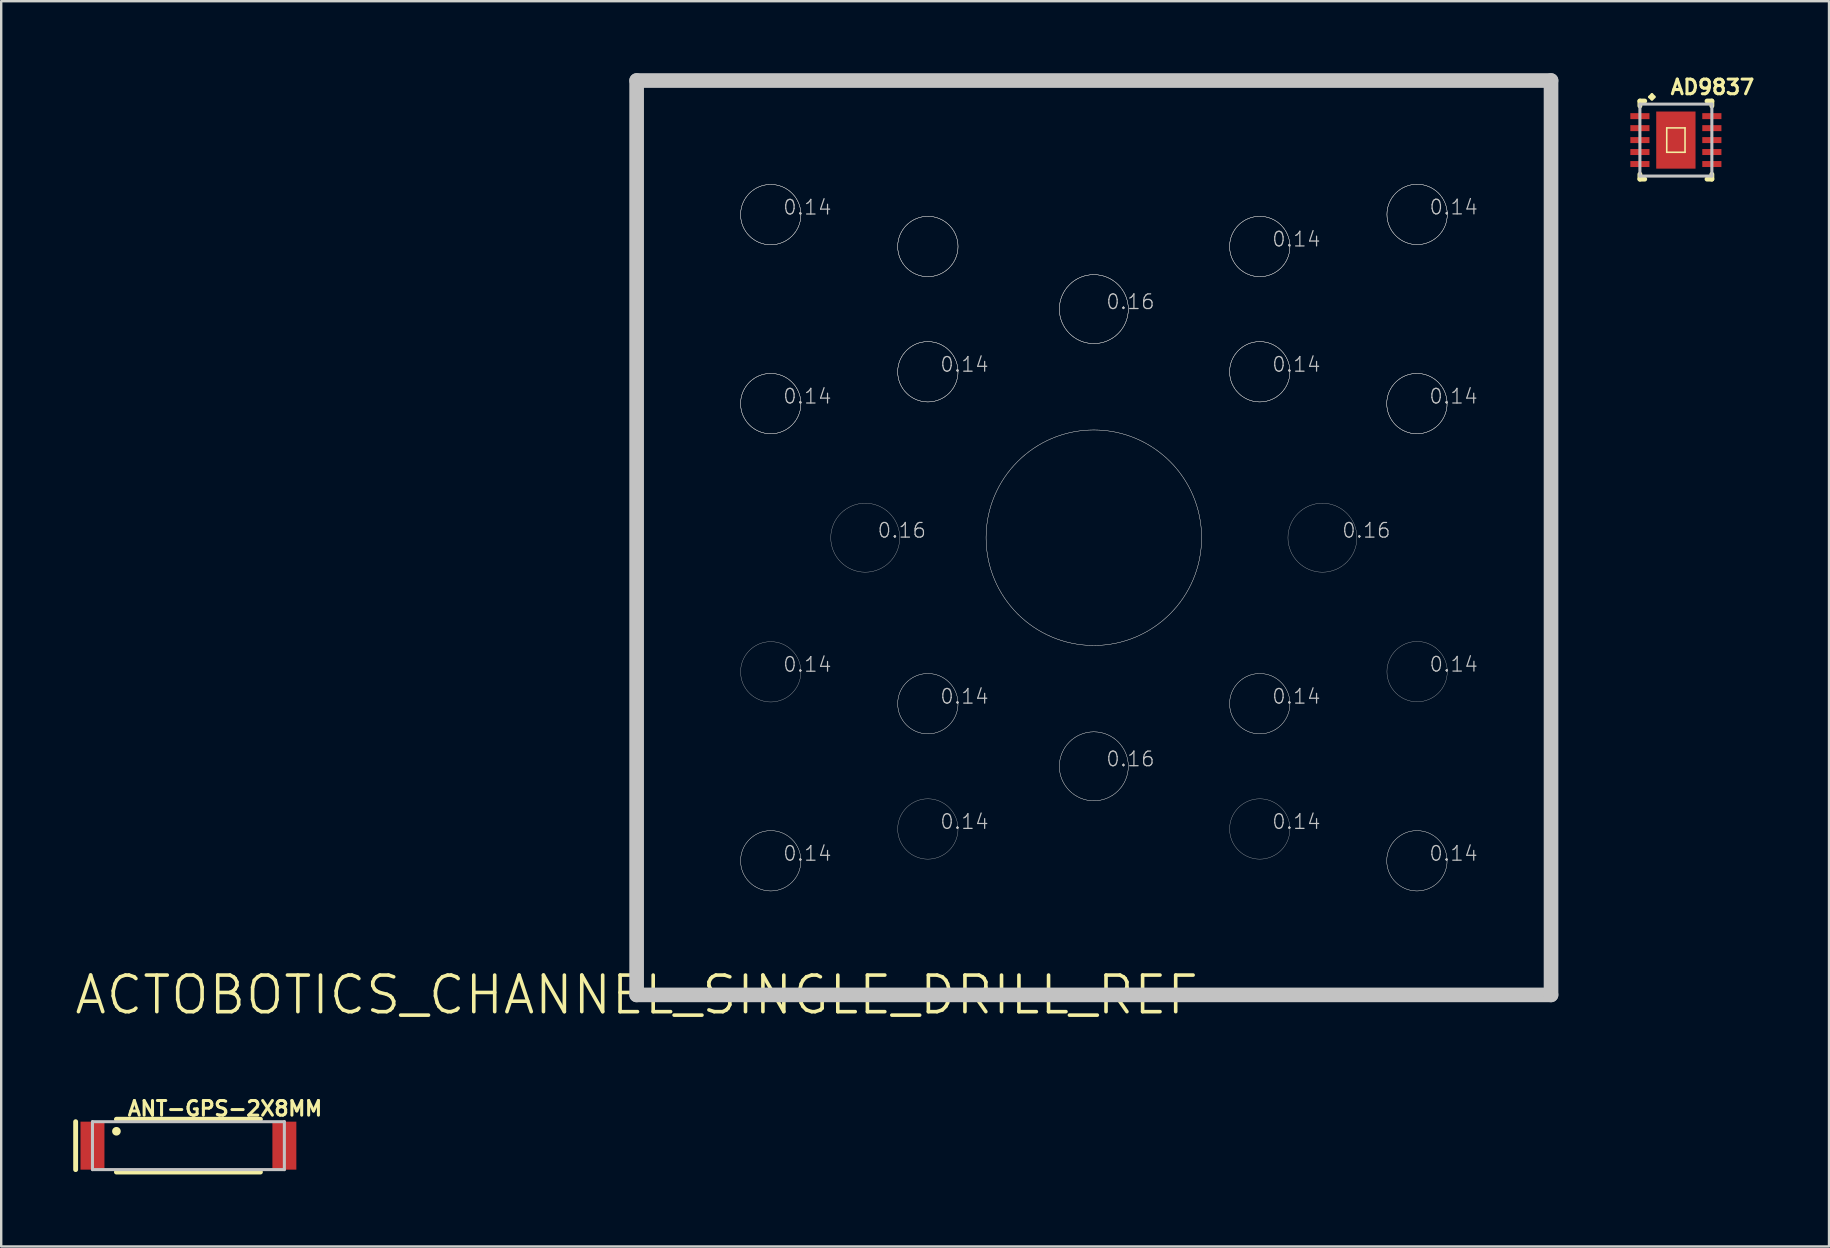
<source format=kicad_pcb>
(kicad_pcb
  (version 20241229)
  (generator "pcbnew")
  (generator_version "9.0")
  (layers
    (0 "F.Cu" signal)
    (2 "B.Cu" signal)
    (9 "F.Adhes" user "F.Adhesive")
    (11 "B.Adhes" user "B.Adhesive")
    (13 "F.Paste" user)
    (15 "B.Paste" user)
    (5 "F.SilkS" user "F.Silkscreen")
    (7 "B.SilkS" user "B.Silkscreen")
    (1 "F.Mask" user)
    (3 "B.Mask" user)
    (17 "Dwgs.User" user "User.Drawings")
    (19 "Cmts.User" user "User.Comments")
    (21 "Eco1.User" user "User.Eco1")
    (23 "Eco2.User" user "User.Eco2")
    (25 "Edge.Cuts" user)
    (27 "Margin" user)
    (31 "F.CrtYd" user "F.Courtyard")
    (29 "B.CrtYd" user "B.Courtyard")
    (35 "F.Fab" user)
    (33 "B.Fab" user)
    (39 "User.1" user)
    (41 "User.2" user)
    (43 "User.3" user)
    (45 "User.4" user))
  (footprint "ANT-GPS-2X8MM"
    (layer "F.Cu")
    (at 4.801 44.686)
    (property "Reference" "ANT-GPS-2X8MM" (at 1.524 -1.547 0) (layer "F.SilkS") (effects (font (size 0.61 0.61) (thickness 0.127))))
    (attr smd)
    (fp_line (start -4.699 -0.998) (end -4.699 0.998) (stroke (width 0.203) (type solid)) (layer "F.SilkS"))
    (fp_line (start -3 -1.1) (end 3 -1.1) (stroke (width 0.203) (type solid)) (layer "F.SilkS"))
    (fp_line (start 3 1.1) (end -3 1.1) (stroke (width 0.203) (type solid)) (layer "F.SilkS"))
    (fp_circle (center -3 -0.599) (end -3.127 -0.726) (stroke (width 0) (type solid)) (fill yes) (layer "F.SilkS"))
    (fp_line (start -3.998 -0.998) (end -3.998 0.998) (stroke (width 0.127) (type solid)) (layer "Dwgs.User"))
    (fp_line (start -3.998 0.998) (end 3.998 0.998) (stroke (width 0.127) (type solid)) (layer "Dwgs.User"))
    (fp_line (start 3.998 -0.998) (end -3.998 -0.998) (stroke (width 0.127) (type solid)) (layer "Dwgs.User"))
    (fp_line (start 3.998 0.998) (end 3.998 -0.998) (stroke (width 0.127) (type solid)) (layer "Dwgs.User"))
    (pad "NC" smd rect (at 3.998 0) (size 0.998 1.999) (layers "F.Cu" "F.Mask" "F.Paste"))
    (pad "SIG" smd rect (at -3.998 0) (size 0.998 1.999) (layers "F.Cu" "F.Mask" "F.Paste")))
  (footprint "ACTOBOTICS_CHANNEL_SINGLE_DRILL_REF"
    (layer "F.Cu")
    (at 23.477 38.405)
    (property "Reference" "ACTOBOTICS_CHANNEL_SINGLE_DRILL_REF" (at 0 0 0) (layer "F.SilkS") (effects (font (size 1.524 1.524) (thickness 0.15))))
    (attr exclude_from_pos_files exclude_from_bom)
    (fp_line (start 0 -38.1) (end 0 0) (stroke (width 0.61) (type solid)) (layer "Dwgs.User"))
    (fp_line (start 0 0) (end 38.1 0) (stroke (width 0.61) (type solid)) (layer "Dwgs.User"))
    (fp_line (start 38.1 -38.1) (end 0 -38.1) (stroke (width 0.61) (type solid)) (layer "Dwgs.User"))
    (fp_line (start 38.1 0) (end 38.1 -38.1) (stroke (width 0.61) (type solid)) (layer "Dwgs.User"))
    (fp_circle (center 5.588 -32.512) (end 6.477 -33.401) (stroke (width 0.013) (type solid)) (fill no) (layer "Dwgs.User"))
    (fp_circle (center 5.588 -32.512) (end 6.477 -33.401) (stroke (width 0.013) (type solid)) (fill no) (layer "Dwgs.User"))
    (fp_circle (center 5.588 -32.512) (end 6.477 -33.401) (stroke (width 0.013) (type solid)) (fill no) (layer "Dwgs.User"))
    (fp_circle (center 5.588 -24.638) (end 6.477 -25.527) (stroke (width 0.013) (type solid)) (fill no) (layer "Dwgs.User"))
    (fp_circle (center 5.588 -24.638) (end 6.477 -25.527) (stroke (width 0.013) (type solid)) (fill no) (layer "Dwgs.User"))
    (fp_circle (center 5.588 -24.638) (end 6.477 -25.527) (stroke (width 0.013) (type solid)) (fill no) (layer "Dwgs.User"))
    (fp_circle (center 5.588 -13.462) (end 6.477 -14.351) (stroke (width 0.013) (type solid)) (fill no) (layer "Dwgs.User"))
    (fp_circle (center 5.588 -5.588) (end 6.477 -6.477) (stroke (width 0.013) (type solid)) (fill no) (layer "Dwgs.User"))
    (fp_circle (center 5.588 -5.588) (end 6.477 -6.477) (stroke (width 0.013) (type solid)) (fill no) (layer "Dwgs.User"))
    (fp_circle (center 9.525 -19.05) (end 10.541 -20.066) (stroke (width 0.013) (type solid)) (fill no) (layer "Dwgs.User"))
    (fp_circle (center 12.134 -31.184) (end 13.023 -32.073) (stroke (width 0.013) (type solid)) (fill no) (layer "Dwgs.User"))
    (fp_circle (center 12.134 -31.184) (end 13.023 -32.073) (stroke (width 0.013) (type solid)) (fill no) (layer "Dwgs.User"))
    (fp_circle (center 12.134 -31.184) (end 13.023 -32.073) (stroke (width 0.013) (type solid)) (fill no) (layer "Dwgs.User"))
    (fp_circle (center 12.134 -25.964) (end 13.023 -26.853) (stroke (width 0.013) (type solid)) (fill no) (layer "Dwgs.User"))
    (fp_circle (center 12.134 -25.964) (end 13.023 -26.853) (stroke (width 0.013) (type solid)) (fill no) (layer "Dwgs.User"))
    (fp_circle (center 12.134 -25.964) (end 13.023 -26.853) (stroke (width 0.013) (type solid)) (fill no) (layer "Dwgs.User"))
    (fp_circle (center 12.134 -12.134) (end 13.023 -13.023) (stroke (width 0.013) (type solid)) (fill no) (layer "Dwgs.User"))
    (fp_circle (center 12.134 -12.134) (end 13.023 -13.023) (stroke (width 0.013) (type solid)) (fill no) (layer "Dwgs.User"))
    (fp_circle (center 12.134 -6.914) (end 13.023 -7.803) (stroke (width 0.013) (type solid)) (fill no) (layer "Dwgs.User"))
    (fp_circle (center 19.05 -28.575) (end 20.066 -29.591) (stroke (width 0.013) (type solid)) (fill no) (layer "Dwgs.User"))
    (fp_circle (center 19.05 -28.575) (end 20.066 -29.591) (stroke (width 0.013) (type solid)) (fill no) (layer "Dwgs.User"))
    (fp_circle (center 19.05 -28.575) (end 20.066 -29.591) (stroke (width 0.013) (type solid)) (fill no) (layer "Dwgs.User"))
    (fp_circle (center 19.05 -19.05) (end 22.225 -22.225) (stroke (width 0.013) (type solid)) (fill no) (layer "Dwgs.User"))
    (fp_circle (center 19.05 -19.05) (end 22.225 -22.225) (stroke (width 0.013) (type solid)) (fill no) (layer "Dwgs.User"))
    (fp_circle (center 19.05 -9.525) (end 20.066 -10.541) (stroke (width 0.013) (type solid)) (fill no) (layer "Dwgs.User"))
    (fp_circle (center 19.05 -9.525) (end 20.066 -10.541) (stroke (width 0.013) (type solid)) (fill no) (layer "Dwgs.User"))
    (fp_circle (center 25.964 -31.184) (end 26.853 -32.073) (stroke (width 0.013) (type solid)) (fill no) (layer "Dwgs.User"))
    (fp_circle (center 25.964 -31.184) (end 26.853 -32.073) (stroke (width 0.013) (type solid)) (fill no) (layer "Dwgs.User"))
    (fp_circle (center 25.964 -31.184) (end 26.853 -32.073) (stroke (width 0.013) (type solid)) (fill no) (layer "Dwgs.User"))
    (fp_circle (center 25.964 -25.964) (end 26.853 -26.853) (stroke (width 0.013) (type solid)) (fill no) (layer "Dwgs.User"))
    (fp_circle (center 25.964 -25.964) (end 26.853 -26.853) (stroke (width 0.013) (type solid)) (fill no) (layer "Dwgs.User"))
    (fp_circle (center 25.964 -25.964) (end 26.853 -26.853) (stroke (width 0.013) (type solid)) (fill no) (layer "Dwgs.User"))
    (fp_circle (center 25.964 -12.134) (end 26.853 -13.023) (stroke (width 0.013) (type solid)) (fill no) (layer "Dwgs.User"))
    (fp_circle (center 25.964 -12.134) (end 26.853 -13.023) (stroke (width 0.013) (type solid)) (fill no) (layer "Dwgs.User"))
    (fp_circle (center 25.964 -6.914) (end 26.853 -7.803) (stroke (width 0.013) (type solid)) (fill no) (layer "Dwgs.User"))
    (fp_circle (center 28.575 -19.05) (end 29.591 -20.066) (stroke (width 0.013) (type solid)) (fill no) (layer "Dwgs.User"))
    (fp_circle (center 32.512 -24.638) (end 33.401 -25.527) (stroke (width 0.013) (type solid)) (fill no) (layer "Dwgs.User"))
    (fp_circle (center 32.512 -24.638) (end 33.401 -25.527) (stroke (width 0.013) (type solid)) (fill no) (layer "Dwgs.User"))
    (fp_circle (center 32.512 -24.638) (end 33.401 -25.527) (stroke (width 0.013) (type solid)) (fill no) (layer "Dwgs.User"))
    (fp_circle (center 32.512 -5.588) (end 33.401 -6.477) (stroke (width 0.013) (type solid)) (fill no) (layer "Dwgs.User"))
    (fp_circle (center 32.512 -5.588) (end 33.401 -6.477) (stroke (width 0.013) (type solid)) (fill no) (layer "Dwgs.User"))
    (fp_circle (center 32.52 -32.52) (end 33.409 -33.409) (stroke (width 0.013) (type solid)) (fill no) (layer "Dwgs.User"))
    (fp_circle (center 32.52 -32.52) (end 33.409 -33.409) (stroke (width 0.013) (type solid)) (fill no) (layer "Dwgs.User"))
    (fp_circle (center 32.52 -32.52) (end 33.409 -33.409) (stroke (width 0.013) (type solid)) (fill no) (layer "Dwgs.User"))
    (fp_circle (center 32.52 -13.47) (end 33.409 -14.359) (stroke (width 0.013) (type solid)) (fill no) (layer "Dwgs.User"))
    (fp_text user "0.14" (at 34.044 -32.824 0) (layer "Dwgs.User") (effects (font (size 0.61 0.61) (thickness 0.051))))
    (fp_text user "0.14" (at 27.488 -12.438 0) (layer "Dwgs.User") (effects (font (size 0.61 0.61) (thickness 0.051))))
    (fp_text user "0.16" (at 20.574 -28.88 0) (layer "Dwgs.User") (effects (font (size 0.61 0.61) (thickness 0.051))))
    (fp_text user "0.14" (at 34.036 -5.893 0) (layer "Dwgs.User") (effects (font (size 0.61 0.61) (thickness 0.051))))
    (fp_text user "0.14" (at 7.112 -5.893 0) (layer "Dwgs.User") (effects (font (size 0.61 0.61) (thickness 0.051))))
    (fp_text user "0.14" (at 7.112 -13.767 0) (layer "Dwgs.User") (effects (font (size 0.61 0.61) (thickness 0.051))))
    (fp_text user "0.16" (at 30.404 -19.355 0) (layer "Dwgs.User") (effects (font (size 0.61 0.61) (thickness 0.051))))
    (fp_text user "0.14" (at 13.658 -7.219 0) (layer "Dwgs.User") (effects (font (size 0.61 0.61) (thickness 0.051))))
    (fp_text user "0.16" (at 20.574 -9.83 0) (layer "Dwgs.User") (effects (font (size 0.61 0.61) (thickness 0.051))))
    (fp_text user "0.14" (at 27.488 -31.488 0) (layer "Dwgs.User") (effects (font (size 0.61 0.61) (thickness 0.051))))
    (fp_text user "0.14" (at 27.488 -26.269 0) (layer "Dwgs.User") (effects (font (size 0.61 0.61) (thickness 0.051))))
    (fp_text user "0.14" (at 7.112 -32.817 0) (layer "Dwgs.User") (effects (font (size 0.61 0.61) (thickness 0.051))))
    (fp_text user "0.14" (at 34.044 -13.774 0) (layer "Dwgs.User") (effects (font (size 0.61 0.61) (thickness 0.051))))
    (fp_text user "0.14" (at 34.036 -24.943 0) (layer "Dwgs.User") (effects (font (size 0.61 0.61) (thickness 0.051))))
    (fp_text user "0.14" (at 27.488 -7.219 0) (layer "Dwgs.User") (effects (font (size 0.61 0.61) (thickness 0.051))))
    (fp_text user "0.16" (at 11.049 -19.355 0) (layer "Dwgs.User") (effects (font (size 0.61 0.61) (thickness 0.051))))
    (fp_text user "0.14" (at 7.112 -24.943 0) (layer "Dwgs.User") (effects (font (size 0.61 0.61) (thickness 0.051))))
    (fp_text user "0.14" (at 13.658 -26.269 0) (layer "Dwgs.User") (effects (font (size 0.61 0.61) (thickness 0.051))))
    (fp_text user "0.14" (at 13.658 -12.438 0) (layer "Dwgs.User") (effects (font (size 0.61 0.61) (thickness 0.051)))))
  (footprint "AD9837"
    (layer "F.Cu")
    (at 66.779 2.787)
    (property "Reference" "AD9837" (at 1.524 -2.207 0) (layer "F.SilkS") (effects (font (size 0.61 0.61) (thickness 0.127))))
    (attr smd)
    (fp_line (start -1.499 -1.626) (end -1.499 -1.425) (stroke (width 0.203) (type solid)) (layer "F.SilkS"))
    (fp_line (start -1.499 -1.626) (end -1.298 -1.626) (stroke (width 0.203) (type solid)) (layer "F.SilkS"))
    (fp_line (start -1.499 1.626) (end -1.499 1.425) (stroke (width 0.203) (type solid)) (layer "F.SilkS"))
    (fp_line (start -1.499 1.626) (end -1.298 1.626) (stroke (width 0.203) (type solid)) (layer "F.SilkS"))
    (fp_line (start -0.998 -1.699) (end -0.998 -1.9) (stroke (width 0.127) (type solid)) (layer "F.SilkS"))
    (fp_line (start -0.899 -1.798) (end -1.1 -1.798) (stroke (width 0.127) (type solid)) (layer "F.SilkS"))
    (fp_line (start -0.381 -0.508) (end 0.381 -0.508) (stroke (width 0.066) (type solid)) (layer "F.SilkS"))
    (fp_line (start -0.381 0.508) (end -0.381 -0.508) (stroke (width 0.066) (type solid)) (layer "F.SilkS"))
    (fp_line (start -0.381 0.508) (end 0.381 0.508) (stroke (width 0.066) (type solid)) (layer "F.SilkS"))
    (fp_line (start 0.381 0.508) (end 0.381 -0.508) (stroke (width 0.066) (type solid)) (layer "F.SilkS"))
    (fp_line (start 1.499 -1.626) (end 1.298 -1.626) (stroke (width 0.203) (type solid)) (layer "F.SilkS"))
    (fp_line (start 1.499 -1.626) (end 1.499 -1.425) (stroke (width 0.203) (type solid)) (layer "F.SilkS"))
    (fp_line (start 1.499 1.626) (end 1.298 1.626) (stroke (width 0.203) (type solid)) (layer "F.SilkS"))
    (fp_line (start 1.499 1.626) (end 1.499 1.425) (stroke (width 0.203) (type solid)) (layer "F.SilkS"))
    (fp_circle (center -0.998 -1.798) (end -1.067 -1.867) (stroke (width 0.064) (type solid)) (fill no) (layer "F.SilkS"))
    (fp_line (start -1.499 -1.499) (end -1.499 1.499) (stroke (width 0.127) (type solid)) (layer "Dwgs.User"))
    (fp_line (start -1.499 1.499) (end 1.499 1.499) (stroke (width 0.127) (type solid)) (layer "Dwgs.User"))
    (fp_line (start 1.499 -1.499) (end -1.499 -1.499) (stroke (width 0.127) (type solid)) (layer "Dwgs.User"))
    (fp_line (start 1.499 1.499) (end 1.499 -1.499) (stroke (width 0.127) (type solid)) (layer "Dwgs.User"))
    (pad "P$0" smd rect (at 0 0 270) (size 2.38 1.638) (layers "F.Cu" "F.Mask" "F.Paste"))
    (pad "P$1" smd rect (at -1.499 -0.998 270) (size 0.249 0.798) (layers "F.Cu" "F.Mask" "F.Paste"))
    (pad "P$2" smd rect (at -1.499 -0.498 270) (size 0.249 0.798) (layers "F.Cu" "F.Mask" "F.Paste"))
    (pad "P$3" smd rect (at -1.499 0 270) (size 0.249 0.798) (layers "F.Cu" "F.Mask" "F.Paste"))
    (pad "P$4" smd rect (at -1.499 0.498 270) (size 0.249 0.798) (layers "F.Cu" "F.Mask" "F.Paste"))
    (pad "P$5" smd rect (at -1.499 0.998 270) (size 0.249 0.798) (layers "F.Cu" "F.Mask" "F.Paste"))
    (pad "P$6" smd rect (at 1.499 0.998 270) (size 0.249 0.798) (layers "F.Cu" "F.Mask" "F.Paste"))
    (pad "P$7" smd rect (at 1.499 0.498 270) (size 0.249 0.798) (layers "F.Cu" "F.Mask" "F.Paste"))
    (pad "P$8" smd rect (at 1.499 0 270) (size 0.249 0.798) (layers "F.Cu" "F.Mask" "F.Paste"))
    (pad "P$9" smd rect (at 1.499 -0.498 270) (size 0.249 0.798) (layers "F.Cu" "F.Mask" "F.Paste"))
    (pad "P$10" smd rect (at 1.499 -0.998 270) (size 0.249 0.798) (layers "F.Cu" "F.Mask" "F.Paste")))
  (gr_rect
    (start -3 -3)
    (end 73.16 48.887)
    (stroke (width 0.1) (type default))
    (fill no)
    (layer "Edge.Cuts")))
</source>
